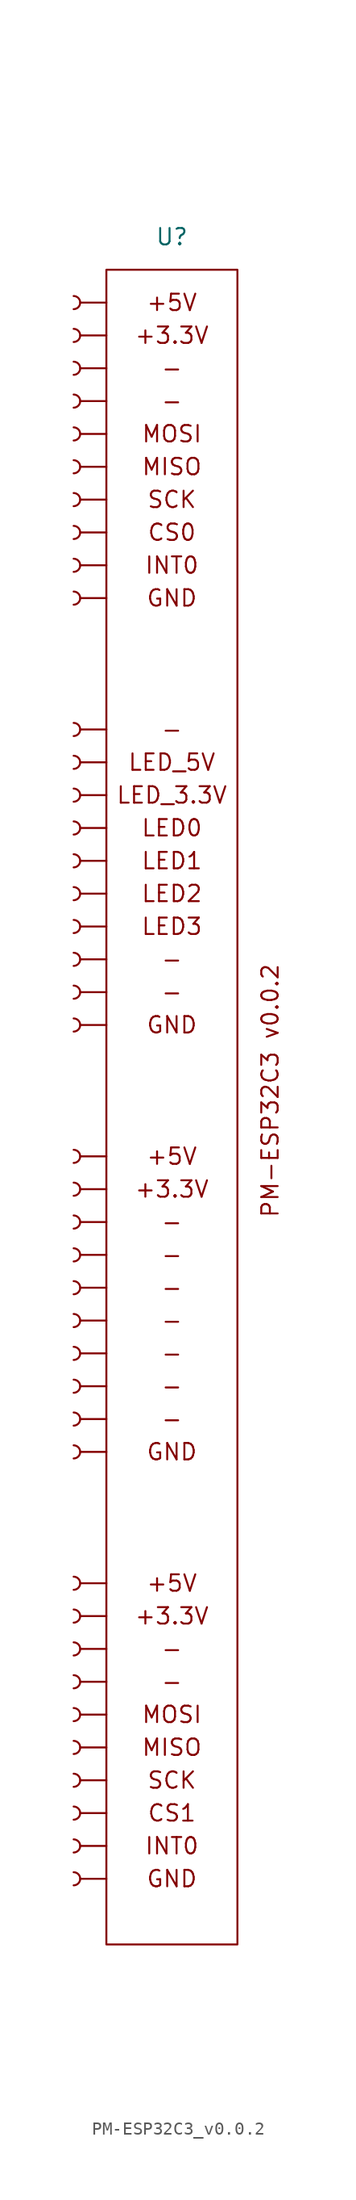
<source format=kicad_sym>
(kicad_symbol_lib
  (version 20231120)
  (generator "kicad_symbol_editor")
  (generator_version "8.0")
  (symbol "PM-ESP32C3_v0.0.2"
    (property "Reference" "U"
      (at 0 0 0)
      (effects (font (size 1.27 1.27))))
    (property "Value" ""
      (at 0 0 0)
      (effects (font (size 1.27 1.27))))
    (symbol "PM-ESP32C3_v0.0.2_0_1"
      (rectangle (start -5.08 -2.54) (end 5.08 -132.08) (stroke (width 0) (type default)) (fill (type none))))
    (symbol "PM-ESP32C3_v0.0.2_1_1"
      (arc (start -7.6178 -127.508) (mid -7.112 -127) (end -7.6178 -126.492) (stroke (width 0.1524) (type default)) (fill (type none)))
      (arc (start -7.6178 -124.968) (mid -7.112 -124.46) (end -7.6178 -123.952) (stroke (width 0.1524) (type default)) (fill (type none)))
      (arc (start -7.6178 -122.428) (mid -7.112 -121.92) (end -7.6178 -121.412) (stroke (width 0.1524) (type default)) (fill (type none)))
      (arc (start -7.6178 -119.888) (mid -7.112 -119.38) (end -7.6178 -118.872) (stroke (width 0.1524) (type default)) (fill (type none)))
      (arc (start -7.6178 -117.348) (mid -7.112 -116.84) (end -7.6178 -116.332) (stroke (width 0.1524) (type default)) (fill (type none)))
      (arc (start -7.6178 -114.808) (mid -7.112 -114.3) (end -7.6178 -113.792) (stroke (width 0.1524) (type default)) (fill (type none)))
      (arc (start -7.6178 -112.268) (mid -7.112 -111.76) (end -7.6178 -111.252) (stroke (width 0.1524) (type default)) (fill (type none)))
      (arc (start -7.6178 -109.728) (mid -7.112 -109.22) (end -7.6178 -108.712) (stroke (width 0.1524) (type default)) (fill (type none)))
      (arc (start -7.6178 -107.188) (mid -7.112 -106.68) (end -7.6178 -106.172) (stroke (width 0.1524) (type default)) (fill (type none)))
      (arc (start -7.6178 -104.648) (mid -7.112 -104.14) (end -7.6178 -103.632) (stroke (width 0.1524) (type default)) (fill (type none)))
      (arc (start -7.6178 -94.488) (mid -7.112 -93.98) (end -7.6178 -93.472) (stroke (width 0.1524) (type default)) (fill (type none)))
      (arc (start -7.6178 -91.948) (mid -7.112 -91.44) (end -7.6178 -90.932) (stroke (width 0.1524) (type default)) (fill (type none)))
      (arc (start -7.6178 -89.408) (mid -7.112 -88.9) (end -7.6178 -88.392) (stroke (width 0.1524) (type default)) (fill (type none)))
      (arc (start -7.6178 -86.868) (mid -7.112 -86.36) (end -7.6178 -85.852) (stroke (width 0.1524) (type default)) (fill (type none)))
      (arc (start -7.6178 -84.328) (mid -7.112 -83.82) (end -7.6178 -83.312) (stroke (width 0.1524) (type default)) (fill (type none)))
      (arc (start -7.6178 -81.788) (mid -7.112 -81.28) (end -7.6178 -80.772) (stroke (width 0.1524) (type default)) (fill (type none)))
      (arc (start -7.6178 -79.248) (mid -7.112 -78.74) (end -7.6178 -78.232) (stroke (width 0.1524) (type default)) (fill (type none)))
      (arc (start -7.6178 -76.708) (mid -7.112 -76.2) (end -7.6178 -75.692) (stroke (width 0.1524) (type default)) (fill (type none)))
      (arc (start -7.6178 -74.168) (mid -7.112 -73.66) (end -7.6178 -73.152) (stroke (width 0.1524) (type default)) (fill (type none)))
      (arc (start -7.6178 -71.628) (mid -7.112 -71.12) (end -7.6178 -70.612) (stroke (width 0.1524) (type default)) (fill (type none)))
      (arc (start -7.6178 -61.468) (mid -7.112 -60.96) (end -7.6178 -60.452) (stroke (width 0.1524) (type default)) (fill (type none)))
      (arc (start -7.6178 -58.928) (mid -7.112 -58.42) (end -7.6178 -57.912) (stroke (width 0.1524) (type default)) (fill (type none)))
      (arc (start -7.6178 -56.388) (mid -7.112 -55.88) (end -7.6178 -55.372) (stroke (width 0.1524) (type default)) (fill (type none)))
      (arc (start -7.6178 -53.848) (mid -7.112 -53.34) (end -7.6178 -52.832) (stroke (width 0.1524) (type default)) (fill (type none)))
      (arc (start -7.6178 -51.308) (mid -7.112 -50.8) (end -7.6178 -50.292) (stroke (width 0.1524) (type default)) (fill (type none)))
      (arc (start -7.6178 -48.768) (mid -7.112 -48.26) (end -7.6178 -47.752) (stroke (width 0.1524) (type default)) (fill (type none)))
      (arc (start -7.6178 -46.228) (mid -7.112 -45.72) (end -7.6178 -45.212) (stroke (width 0.1524) (type default)) (fill (type none)))
      (arc (start -7.6178 -43.688) (mid -7.112 -43.18) (end -7.6178 -42.672) (stroke (width 0.1524) (type default)) (fill (type none)))
      (arc (start -7.6178 -41.148) (mid -7.112 -40.64) (end -7.6178 -40.132) (stroke (width 0.1524) (type default)) (fill (type none)))
      (arc (start -7.6178 -38.608) (mid -7.112 -38.1) (end -7.6178 -37.592) (stroke (width 0.1524) (type default)) (fill (type none)))
      (arc (start -7.6178 -28.448) (mid -7.112 -27.94) (end -7.6178 -27.432) (stroke (width 0.1524) (type default)) (fill (type none)))
      (arc (start -7.6178 -25.908) (mid -7.112 -25.4) (end -7.6178 -24.892) (stroke (width 0.1524) (type default)) (fill (type none)))
      (arc (start -7.6178 -23.368) (mid -7.112 -22.86) (end -7.6178 -22.352) (stroke (width 0.1524) (type default)) (fill (type none)))
      (arc (start -7.6178 -20.828) (mid -7.112 -20.32) (end -7.6178 -19.812) (stroke (width 0.1524) (type default)) (fill (type none)))
      (arc (start -7.6178 -18.288) (mid -7.112 -17.78) (end -7.6178 -17.272) (stroke (width 0.1524) (type default)) (fill (type none)))
      (arc (start -7.6178 -15.748) (mid -7.112 -15.24) (end -7.6178 -14.732) (stroke (width 0.1524) (type default)) (fill (type none)))
      (arc (start -7.6178 -13.208) (mid -7.112 -12.7) (end -7.6178 -12.192) (stroke (width 0.1524) (type default)) (fill (type none)))
      (arc (start -7.6178 -10.668) (mid -7.112 -10.16) (end -7.6178 -9.652) (stroke (width 0.1524) (type default)) (fill (type none)))
      (arc (start -7.6178 -8.128) (mid -7.112 -7.62) (end -7.6178 -7.112) (stroke (width 0.1524) (type default)) (fill (type none)))
      (arc (start -7.6178 -5.588) (mid -7.112 -5.08) (end -7.6178 -4.572) (stroke (width 0.1524) (type default)) (fill (type none)))
      (polyline (pts (xy -5.08 -127) (xy -7.11 -127)) (stroke (width 0.152) (type default)) (fill (type none)))
      (polyline (pts (xy -5.08 -124.46) (xy -7.11 -124.46)) (stroke (width 0.152) (type default)) (fill (type none)))
      (polyline (pts (xy -5.08 -121.92) (xy -7.11 -121.92)) (stroke (width 0.152) (type default)) (fill (type none)))
      (polyline (pts (xy -5.08 -119.38) (xy -7.11 -119.38)) (stroke (width 0.152) (type default)) (fill (type none)))
      (polyline (pts (xy -5.08 -116.84) (xy -7.11 -116.84)) (stroke (width 0.152) (type default)) (fill (type none)))
      (polyline (pts (xy -5.08 -114.3) (xy -7.11 -114.3)) (stroke (width 0.152) (type default)) (fill (type none)))
      (polyline (pts (xy -5.08 -111.76) (xy -7.11 -111.76)) (stroke (width 0.152) (type default)) (fill (type none)))
      (polyline (pts (xy -5.08 -109.22) (xy -7.11 -109.22)) (stroke (width 0.152) (type default)) (fill (type none)))
      (polyline (pts (xy -5.08 -106.68) (xy -7.11 -106.68)) (stroke (width 0.152) (type default)) (fill (type none)))
      (polyline (pts (xy -5.08 -104.14) (xy -7.11 -104.14)) (stroke (width 0.152) (type default)) (fill (type none)))
      (polyline (pts (xy -5.08 -93.98) (xy -7.11 -93.98)) (stroke (width 0.152) (type default)) (fill (type none)))
      (polyline (pts (xy -5.08 -91.44) (xy -7.11 -91.44)) (stroke (width 0.152) (type default)) (fill (type none)))
      (polyline (pts (xy -5.08 -88.9) (xy -7.11 -88.9)) (stroke (width 0.152) (type default)) (fill (type none)))
      (polyline (pts (xy -5.08 -86.36) (xy -7.11 -86.36)) (stroke (width 0.152) (type default)) (fill (type none)))
      (polyline (pts (xy -5.08 -83.82) (xy -7.11 -83.82)) (stroke (width 0.152) (type default)) (fill (type none)))
      (polyline (pts (xy -5.08 -81.28) (xy -7.11 -81.28)) (stroke (width 0.152) (type default)) (fill (type none)))
      (polyline (pts (xy -5.08 -78.74) (xy -7.11 -78.74)) (stroke (width 0.152) (type default)) (fill (type none)))
      (polyline (pts (xy -5.08 -76.2) (xy -7.11 -76.2)) (stroke (width 0.152) (type default)) (fill (type none)))
      (polyline (pts (xy -5.08 -73.66) (xy -7.11 -73.66)) (stroke (width 0.152) (type default)) (fill (type none)))
      (polyline (pts (xy -5.08 -71.12) (xy -7.11 -71.12)) (stroke (width 0.152) (type default)) (fill (type none)))
      (polyline (pts (xy -5.08 -60.96) (xy -7.11 -60.96)) (stroke (width 0.152) (type default)) (fill (type none)))
      (polyline (pts (xy -5.08 -58.42) (xy -7.11 -58.42)) (stroke (width 0.152) (type default)) (fill (type none)))
      (polyline (pts (xy -5.08 -55.88) (xy -7.11 -55.88)) (stroke (width 0.152) (type default)) (fill (type none)))
      (polyline (pts (xy -5.08 -53.34) (xy -7.11 -53.34)) (stroke (width 0.152) (type default)) (fill (type none)))
      (polyline (pts (xy -5.08 -50.8) (xy -7.11 -50.8)) (stroke (width 0.152) (type default)) (fill (type none)))
      (polyline (pts (xy -5.08 -48.26) (xy -7.11 -48.26)) (stroke (width 0.152) (type default)) (fill (type none)))
      (polyline (pts (xy -5.08 -45.72) (xy -7.11 -45.72)) (stroke (width 0.152) (type default)) (fill (type none)))
      (polyline (pts (xy -5.08 -43.18) (xy -7.11 -43.18)) (stroke (width 0.152) (type default)) (fill (type none)))
      (polyline (pts (xy -5.08 -40.64) (xy -7.11 -40.64)) (stroke (width 0.152) (type default)) (fill (type none)))
      (polyline (pts (xy -5.08 -38.1) (xy -7.11 -38.1)) (stroke (width 0.152) (type default)) (fill (type none)))
      (polyline (pts (xy -5.08 -27.94) (xy -7.11 -27.94)) (stroke (width 0.152) (type default)) (fill (type none)))
      (polyline (pts (xy -5.08 -25.4) (xy -7.11 -25.4)) (stroke (width 0.152) (type default)) (fill (type none)))
      (polyline (pts (xy -5.08 -22.86) (xy -7.11 -22.86)) (stroke (width 0.152) (type default)) (fill (type none)))
      (polyline (pts (xy -5.08 -20.32) (xy -7.11 -20.32)) (stroke (width 0.152) (type default)) (fill (type none)))
      (polyline (pts (xy -5.08 -17.78) (xy -7.11 -17.78)) (stroke (width 0.152) (type default)) (fill (type none)))
      (polyline (pts (xy -5.08 -15.24) (xy -7.11 -15.24)) (stroke (width 0.152) (type default)) (fill (type none)))
      (polyline (pts (xy -5.08 -12.7) (xy -7.11 -12.7)) (stroke (width 0.152) (type default)) (fill (type none)))
      (polyline (pts (xy -5.08 -10.16) (xy -7.11 -10.16)) (stroke (width 0.152) (type default)) (fill (type none)))
      (polyline (pts (xy -5.08 -7.62) (xy -7.11 -7.62)) (stroke (width 0.152) (type default)) (fill (type none)))
      (polyline (pts (xy -5.08 -5.08) (xy -7.11 -5.08)) (stroke (width 0.152) (type default)) (fill (type none)))
      (text "+3.3V" (at 0 -106.68 0) (effects (font (size 1.27 1.27))))
      (text "+3.3V" (at 0 -73.66 0) (effects (font (size 1.27 1.27))))
      (text "+3.3V" (at 0 -7.62 0) (effects (font (size 1.27 1.27))))
      (text "+5V" (at 0 -104.14 0) (effects (font (size 1.27 1.27))))
      (text "+5V" (at 0 -71.12 0) (effects (font (size 1.27 1.27))))
      (text "+5V" (at 0 -5.08 0) (effects (font (size 1.27 1.27))))
      (text "-" (at 0 -111.76 0) (effects (font (size 1.27 1.27))))
      (text "-" (at 0 -109.22 0) (effects (font (size 1.27 1.27))))
      (text "-" (at 0 -91.44 0) (effects (font (size 1.27 1.27))))
      (text "-" (at 0 -88.9 0) (effects (font (size 1.27 1.27))))
      (text "-" (at 0 -86.36 0) (effects (font (size 1.27 1.27))))
      (text "-" (at 0 -83.82 0) (effects (font (size 1.27 1.27))))
      (text "-" (at 0 -81.28 0) (effects (font (size 1.27 1.27))))
      (text "-" (at 0 -78.74 0) (effects (font (size 1.27 1.27))))
      (text "-" (at 0 -76.2 0) (effects (font (size 1.27 1.27))))
      (text "-" (at 0 -58.42 0) (effects (font (size 1.27 1.27))))
      (text "-" (at 0 -55.88 0) (effects (font (size 1.27 1.27))))
      (text "-" (at 0 -38.1 0) (effects (font (size 1.27 1.27))))
      (text "-" (at 0 -12.7 0) (effects (font (size 1.27 1.27))))
      (text "-" (at 0 -10.16 0) (effects (font (size 1.27 1.27))))
      (text "CS0" (at 0 -22.86 0) (effects (font (size 1.27 1.27))))
      (text "CS1" (at 0 -121.92 0) (effects (font (size 1.27 1.27))))
      (text "GND" (at 0 -127 0) (effects (font (size 1.27 1.27))))
      (text "GND" (at 0 -93.98 0) (effects (font (size 1.27 1.27))))
      (text "GND" (at 0 -60.96 0) (effects (font (size 1.27 1.27))))
      (text "GND" (at 0 -27.94 0) (effects (font (size 1.27 1.27))))
      (text "INT0" (at 0 -124.46 0) (effects (font (size 1.27 1.27))))
      (text "INT0" (at 0 -25.4 0) (effects (font (size 1.27 1.27))))
      (text "LED0" (at 0 -45.72 0) (effects (font (size 1.27 1.27))))
      (text "LED1" (at 0 -48.26 0) (effects (font (size 1.27 1.27))))
      (text "LED2" (at 0 -50.8 0) (effects (font (size 1.27 1.27))))
      (text "LED3" (at 0 -53.34 0) (effects (font (size 1.27 1.27))))
      (text "LED_3.3V" (at 0 -43.18 0) (effects (font (size 1.27 1.27))))
      (text "LED_5V" (at 0 -40.64 0) (effects (font (size 1.27 1.27))))
      (text "MISO" (at 0 -116.84 0) (effects (font (size 1.27 1.27))))
      (text "MISO" (at 0 -17.78 0) (effects (font (size 1.27 1.27))))
      (text "MOSI" (at 0 -114.3 0) (effects (font (size 1.27 1.27))))
      (text "MOSI" (at 0 -15.24 0) (effects (font (size 1.27 1.27))))
      (text "PM-ESP32C3 v0.0.2" (at 7.62 -66.04 900) (effects (font (size 1.27 1.27))))
      (text "SCK" (at 0 -119.38 0) (effects (font (size 1.27 1.27))))
      (text "SCK" (at 0 -20.32 0) (effects (font (size 1.27 1.27)))))))
</source>
